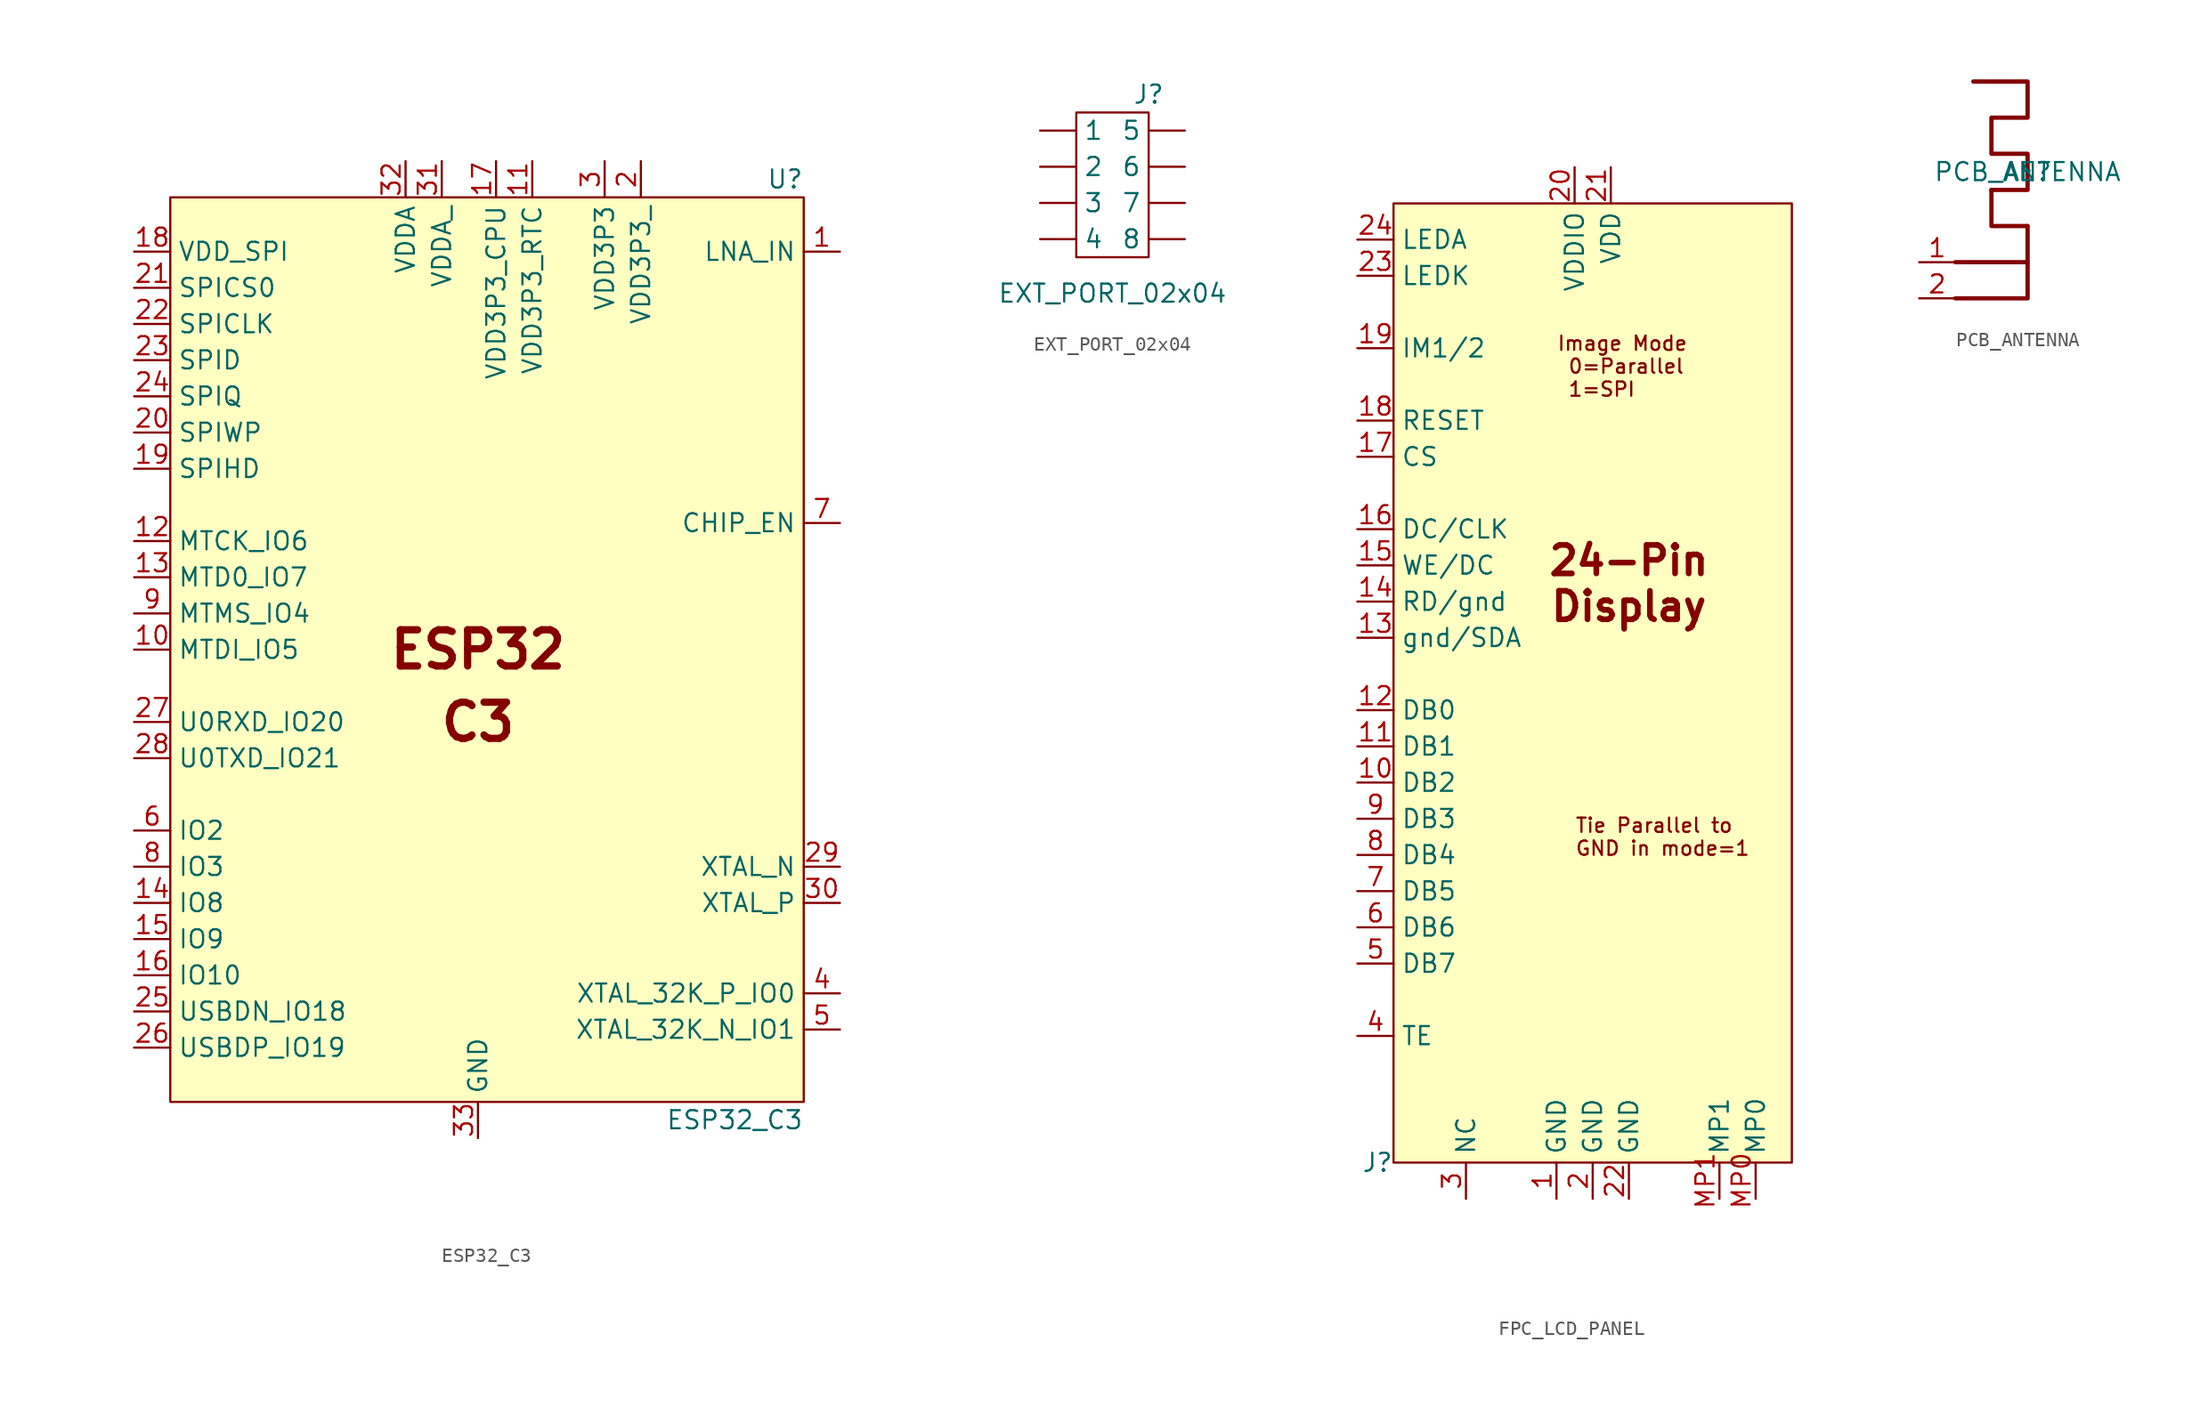
<source format=kicad_sym>
(kicad_symbol_lib
  (version 20220914)
  (generator kicad_symbol_editor)
  (symbol "ESP32_C3"
    (property "Reference" "U"
      (at 22.86 35.56 0)
      (effects (font (size 1.27 1.27)) (justify right)))
    (property "Value" "ESP32_C3"
      (at 22.86 -30.48 0)
      (effects (font (size 1.27 1.27)) (justify right)))
    (symbol "ESP32_C3_0_0"
      (text "C3" (at 0 -2.54 0) (effects (font (size 2.54 2.54) bold)))
      (text "ESP32" (at 0 2.54 0) (effects (font (size 2.54 2.54) bold))))
    (symbol "ESP32_C3_0_1"
      (rectangle (start -21.59 34.29) (end 22.86 -29.21) (stroke (width 0) (type default)) (fill (type background))))
    (symbol "ESP32_C3_1_1"
      (pin input line (at 25.4 30.48 180) (length 2.54) (name "LNA_IN" (effects (font (size 1.27 1.27)))) (number "1" (effects (font (size 1.27 1.27)))))
      (pin input line (at -24.13 2.54 0) (length 2.54) (name "MTDI_IO5" (effects (font (size 1.27 1.27)))) (number "10" (effects (font (size 1.27 1.27)))))
      (pin input line (at 3.81 36.83 270) (length 2.54) (name "VDD3P3_RTC" (effects (font (size 1.27 1.27)))) (number "11" (effects (font (size 1.27 1.27)))))
      (pin input line (at -24.13 10.16 0) (length 2.54) (name "MTCK_IO6" (effects (font (size 1.27 1.27)))) (number "12" (effects (font (size 1.27 1.27)))))
      (pin input line (at -24.13 7.62 0) (length 2.54) (name "MTD0_IO7" (effects (font (size 1.27 1.27)))) (number "13" (effects (font (size 1.27 1.27)))))
      (pin input line (at -24.13 -15.24 0) (length 2.54) (name "IO8" (effects (font (size 1.27 1.27)))) (number "14" (effects (font (size 1.27 1.27)))))
      (pin input line (at -24.13 -17.78 0) (length 2.54) (name "IO9" (effects (font (size 1.27 1.27)))) (number "15" (effects (font (size 1.27 1.27)))))
      (pin input line (at -24.13 -20.32 0) (length 2.54) (name "IO10" (effects (font (size 1.27 1.27)))) (number "16" (effects (font (size 1.27 1.27)))))
      (pin input line (at 1.27 36.83 270) (length 2.54) (name "VDD3P3_CPU" (effects (font (size 1.27 1.27)))) (number "17" (effects (font (size 1.27 1.27)))))
      (pin input line (at -24.13 30.48 0) (length 2.54) (name "VDD_SPI" (effects (font (size 1.27 1.27)))) (number "18" (effects (font (size 1.27 1.27)))))
      (pin input line (at -24.13 15.24 0) (length 2.54) (name "SPIHD" (effects (font (size 1.27 1.27)))) (number "19" (effects (font (size 1.27 1.27)))))
      (pin input line (at 11.43 36.83 270) (length 2.54) (name "VDD3P3_" (effects (font (size 1.27 1.27)))) (number "2" (effects (font (size 1.27 1.27)))))
      (pin input line (at -24.13 17.78 0) (length 2.54) (name "SPIWP" (effects (font (size 1.27 1.27)))) (number "20" (effects (font (size 1.27 1.27)))))
      (pin input line (at -24.13 27.94 0) (length 2.54) (name "SPICS0" (effects (font (size 1.27 1.27)))) (number "21" (effects (font (size 1.27 1.27)))))
      (pin input line (at -24.13 25.4 0) (length 2.54) (name "SPICLK" (effects (font (size 1.27 1.27)))) (number "22" (effects (font (size 1.27 1.27)))))
      (pin input line (at -24.13 22.86 0) (length 2.54) (name "SPID" (effects (font (size 1.27 1.27)))) (number "23" (effects (font (size 1.27 1.27)))))
      (pin input line (at -24.13 20.32 0) (length 2.54) (name "SPIQ" (effects (font (size 1.27 1.27)))) (number "24" (effects (font (size 1.27 1.27)))))
      (pin input line (at -24.13 -22.86 0) (length 2.54) (name "USBDN_IO18" (effects (font (size 1.27 1.27)))) (number "25" (effects (font (size 1.27 1.27)))))
      (pin input line (at -24.13 -25.4 0) (length 2.54) (name "USBDP_IO19" (effects (font (size 1.27 1.27)))) (number "26" (effects (font (size 1.27 1.27)))))
      (pin input line (at -24.13 -2.54 0) (length 2.54) (name "U0RXD_IO20" (effects (font (size 1.27 1.27)))) (number "27" (effects (font (size 1.27 1.27)))))
      (pin input line (at -24.13 -5.08 0) (length 2.54) (name "U0TXD_IO21" (effects (font (size 1.27 1.27)))) (number "28" (effects (font (size 1.27 1.27)))))
      (pin input line (at 25.4 -12.7 180) (length 2.54) (name "XTAL_N" (effects (font (size 1.27 1.27)))) (number "29" (effects (font (size 1.27 1.27)))))
      (pin input line (at 8.89 36.83 270) (length 2.54) (name "VDD3P3" (effects (font (size 1.27 1.27)))) (number "3" (effects (font (size 1.27 1.27)))))
      (pin input line (at 25.4 -15.24 180) (length 2.54) (name "XTAL_P" (effects (font (size 1.27 1.27)))) (number "30" (effects (font (size 1.27 1.27)))))
      (pin input line (at -2.54 36.83 270) (length 2.54) (name "VDDA_" (effects (font (size 1.27 1.27)))) (number "31" (effects (font (size 1.27 1.27)))))
      (pin input line (at -5.08 36.83 270) (length 2.54) (name "VDDA" (effects (font (size 1.27 1.27)))) (number "32" (effects (font (size 1.27 1.27)))))
      (pin input line (at 0 -31.75 90) (length 2.54) (name "GND" (effects (font (size 1.27 1.27)))) (number "33" (effects (font (size 1.27 1.27)))))
      (pin input line (at 25.4 -21.59 180) (length 2.54) (name "XTAL_32K_P_IO0" (effects (font (size 1.27 1.27)))) (number "4" (effects (font (size 1.27 1.27)))))
      (pin input line (at 25.4 -24.13 180) (length 2.54) (name "XTAL_32K_N_IO1" (effects (font (size 1.27 1.27)))) (number "5" (effects (font (size 1.27 1.27)))))
      (pin input line (at -24.13 -10.16 0) (length 2.54) (name "IO2" (effects (font (size 1.27 1.27)))) (number "6" (effects (font (size 1.27 1.27)))))
      (pin input line (at 25.4 11.43 180) (length 2.54) (name "CHIP_EN" (effects (font (size 1.27 1.27)))) (number "7" (effects (font (size 1.27 1.27)))))
      (pin input line (at -24.13 -12.7 0) (length 2.54) (name "IO3" (effects (font (size 1.27 1.27)))) (number "8" (effects (font (size 1.27 1.27)))))
      (pin input line (at -24.13 5.08 0) (length 2.54) (name "MTMS_IO4" (effects (font (size 1.27 1.27)))) (number "9" (effects (font (size 1.27 1.27)))))))
  (symbol "EXT_PORT_02x04"
    (pin_numbers hide)
    (property "Reference" "J"
      (at 2.54 6.35 0)
      (effects (font (size 1.27 1.27))))
    (property "Value" "EXT_PORT_02x04"
      (at 0 -7.62 0)
      (effects (font (size 1.27 1.27))))
    (symbol "EXT_PORT_02x04_0_1"
      (rectangle (start -2.54 5.08) (end 2.54 -5.08) (stroke (width 0) (type default)) (fill (type none))))
    (symbol "EXT_PORT_02x04_1_1"
      (pin bidirectional line (at -5.08 3.81 0) (length 2.54) (name "1" (effects (font (size 1.27 1.27)))) (number "1" (effects (font (size 1.27 1.27)))))
      (pin bidirectional line (at -5.08 1.27 0) (length 2.54) (name "2" (effects (font (size 1.27 1.27)))) (number "2" (effects (font (size 1.27 1.27)))))
      (pin bidirectional line (at -5.08 -1.27 0) (length 2.54) (name "3" (effects (font (size 1.27 1.27)))) (number "3" (effects (font (size 1.27 1.27)))))
      (pin bidirectional line (at -5.08 -3.81 0) (length 2.54) (name "4" (effects (font (size 1.27 1.27)))) (number "4" (effects (font (size 1.27 1.27)))))
      (pin bidirectional line (at 5.08 3.81 180) (length 2.54) (name "5" (effects (font (size 1.27 1.27)))) (number "5" (effects (font (size 1.27 1.27)))))
      (pin bidirectional line (at 5.08 1.27 180) (length 2.54) (name "6" (effects (font (size 1.27 1.27)))) (number "6" (effects (font (size 1.27 1.27)))))
      (pin bidirectional line (at 5.08 -1.27 180) (length 2.54) (name "7" (effects (font (size 1.27 1.27)))) (number "7" (effects (font (size 1.27 1.27)))))
      (pin bidirectional line (at 5.08 -3.81 180) (length 2.54) (name "8" (effects (font (size 1.27 1.27)))) (number "8" (effects (font (size 1.27 1.27)))))))
  (symbol "FPC_LCD_PANEL"
    (property "Reference" "J"
      (at -1.27 -67.31 0)
      (effects (font (size 1.27 1.27)) (justify right)))
    (property "Value" ""
      (at 8.89 0 0)
      (effects (font (size 1.27 1.27))))
    (symbol "FPC_LCD_PANEL_0_1"
      (rectangle (start -1.27 0) (end 26.67 -67.31) (stroke (width 0) (type default)) (fill (type background))))
    (symbol "FPC_LCD_PANEL_1_1"
      (text "24-Pin\nDisplay" (at 15.24 -26.67 0) (effects (font (size 2 2) bold (color 132 0 0 1))))
      (text "Image Mode\n 0=Parallel\n 1=SPI" (at 10.16 -11.43 0) (effects (font (size 1 1)) (justify left)))
      (text "Tie Parallel to\nGND in mode=1" (at 11.43 -44.45 0) (effects (font (size 1 1)) (justify left)))
      (pin input line (at 10.16 -69.85 90) (length 2.54) (name "GND" (effects (font (size 1.27 1.27)))) (number "1" (effects (font (size 1.27 1.27)))))
      (pin input line (at -3.81 -40.64 0) (length 2.54) (name "DB2" (effects (font (size 1.27 1.27)))) (number "10" (effects (font (size 1.27 1.27)))))
      (pin input line (at -3.81 -38.1 0) (length 2.54) (name "DB1" (effects (font (size 1.27 1.27)))) (number "11" (effects (font (size 1.27 1.27)))))
      (pin input line (at -3.81 -35.56 0) (length 2.54) (name "DB0" (effects (font (size 1.27 1.27)))) (number "12" (effects (font (size 1.27 1.27)))))
      (pin input line (at -3.81 -30.48 0) (length 2.54) (name "gnd/SDA" (effects (font (size 1.27 1.27)))) (number "13" (effects (font (size 1.27 1.27)))))
      (pin input line (at -3.81 -27.94 0) (length 2.54) (name "RD/gnd" (effects (font (size 1.27 1.27)))) (number "14" (effects (font (size 1.27 1.27)))))
      (pin input line (at -3.81 -25.4 0) (length 2.54) (name "WE/DC" (effects (font (size 1.27 1.27)))) (number "15" (effects (font (size 1.27 1.27)))))
      (pin input line (at -3.81 -22.86 0) (length 2.54) (name "DC/CLK" (effects (font (size 1.27 1.27)))) (number "16" (effects (font (size 1.27 1.27)))))
      (pin input line (at -3.81 -17.78 0) (length 2.54) (name "CS" (effects (font (size 1.27 1.27)))) (number "17" (effects (font (size 1.27 1.27)))))
      (pin input line (at -3.81 -15.24 0) (length 2.54) (name "RESET" (effects (font (size 1.27 1.27)))) (number "18" (effects (font (size 1.27 1.27)))))
      (pin input line (at -3.81 -10.16 0) (length 2.54) (name "IM1/2" (effects (font (size 1.27 1.27)))) (number "19" (effects (font (size 1.27 1.27)))))
      (pin input line (at 12.7 -69.85 90) (length 2.54) (name "GND" (effects (font (size 1.27 1.27)))) (number "2" (effects (font (size 1.27 1.27)))))
      (pin input line (at 11.43 2.54 270) (length 2.54) (name "VDDIO" (effects (font (size 1.27 1.27)))) (number "20" (effects (font (size 1.27 1.27)))))
      (pin input line (at 13.97 2.54 270) (length 2.54) (name "VDD" (effects (font (size 1.27 1.27)))) (number "21" (effects (font (size 1.27 1.27)))))
      (pin input line (at 15.24 -69.85 90) (length 2.54) (name "GND" (effects (font (size 1.27 1.27)))) (number "22" (effects (font (size 1.27 1.27)))))
      (pin input line (at -3.81 -5.08 0) (length 2.54) (name "LEDK" (effects (font (size 1.27 1.27)))) (number "23" (effects (font (size 1.27 1.27)))))
      (pin input line (at -3.81 -2.54 0) (length 2.54) (name "LEDA" (effects (font (size 1.27 1.27)))) (number "24" (effects (font (size 1.27 1.27)))))
      (pin input line (at 3.81 -69.85 90) (length 2.54) (name "NC" (effects (font (size 1.27 1.27)))) (number "3" (effects (font (size 1.27 1.27)))))
      (pin input line (at -3.81 -58.42 0) (length 2.54) (name "TE" (effects (font (size 1.27 1.27)))) (number "4" (effects (font (size 1.27 1.27)))))
      (pin input line (at -3.81 -53.34 0) (length 2.54) (name "DB7" (effects (font (size 1.27 1.27)))) (number "5" (effects (font (size 1.27 1.27)))))
      (pin input line (at -3.81 -50.8 0) (length 2.54) (name "DB6" (effects (font (size 1.27 1.27)))) (number "6" (effects (font (size 1.27 1.27)))))
      (pin input line (at -3.81 -48.26 0) (length 2.54) (name "DB5" (effects (font (size 1.27 1.27)))) (number "7" (effects (font (size 1.27 1.27)))))
      (pin input line (at -3.81 -45.72 0) (length 2.54) (name "DB4" (effects (font (size 1.27 1.27)))) (number "8" (effects (font (size 1.27 1.27)))))
      (pin input line (at -3.81 -43.18 0) (length 2.54) (name "DB3" (effects (font (size 1.27 1.27)))) (number "9" (effects (font (size 1.27 1.27)))))
      (pin passive line (at 24.13 -69.85 90) (length 2.54) (name "MP0" (effects (font (size 1.27 1.27)))) (number "MP0" (effects (font (size 1.27 1.27)))))
      (pin passive line (at 21.59 -69.85 90) (length 2.54) (name "MP1" (effects (font (size 1.27 1.27)))) (number "MP1" (effects (font (size 1.27 1.27)))))))
  (symbol "PCB_ANTENNA"
    (property "Reference" "AE"
      (at 0 0 0)
      (effects (font (size 1.27 1.27))))
    (property "Value" "PCB_ANTENNA"
      (at 0 0 0)
      (effects (font (size 1.27 1.27))))
    (symbol "PCB_ANTENNA_0_1"
      (polyline (pts (xy 0 -6.35) (xy -5.08 -6.35)) (stroke (width 0.3) (type default)) (fill (type none)))
      (polyline (pts (xy -2.54 -1.27) (xy -2.54 -3.81) (xy 0 -3.81)) (stroke (width 0.3) (type default)) (fill (type none)))
      (polyline (pts (xy 0 -3.81) (xy 0 -6.35) (xy 0 -8.89) (xy -5.08 -8.89)) (stroke (width 0.3) (type default)) (fill (type none)))
      (polyline (pts (xy -3.81 6.35) (xy 0 6.35) (xy 0 3.81) (xy -2.54 3.81) (xy -2.54 1.27) (xy 0 1.27) (xy 0 -1.27) (xy -2.54 -1.27)) (stroke (width 0.3) (type default)) (fill (type none))))
    (symbol "PCB_ANTENNA_1_1"
      (pin input line (at -7.62 -6.35 0) (length 2.54) (name "" (effects (font (size 1.27 1.27)))) (number "1" (effects (font (size 1.27 1.27)))))
      (pin input line (at -7.62 -8.89 0) (length 2.54) (name "" (effects (font (size 1.27 1.27)))) (number "2" (effects (font (size 1.27 1.27))))))))
</source>
